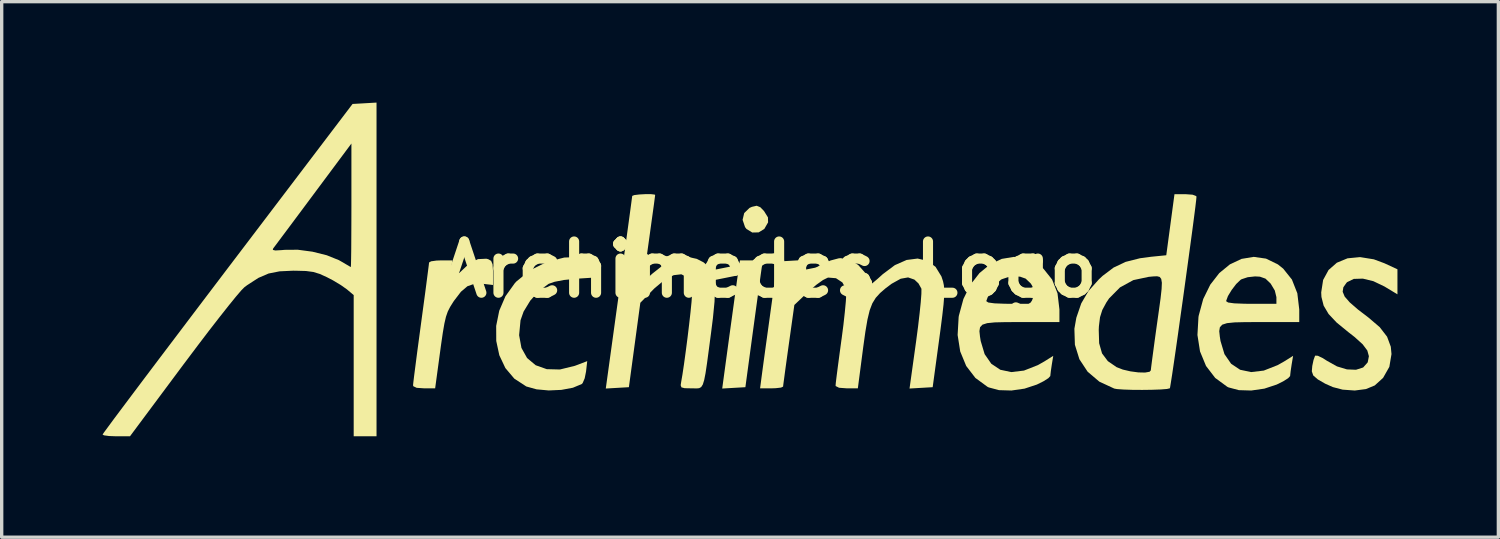
<source format=kicad_pcb>
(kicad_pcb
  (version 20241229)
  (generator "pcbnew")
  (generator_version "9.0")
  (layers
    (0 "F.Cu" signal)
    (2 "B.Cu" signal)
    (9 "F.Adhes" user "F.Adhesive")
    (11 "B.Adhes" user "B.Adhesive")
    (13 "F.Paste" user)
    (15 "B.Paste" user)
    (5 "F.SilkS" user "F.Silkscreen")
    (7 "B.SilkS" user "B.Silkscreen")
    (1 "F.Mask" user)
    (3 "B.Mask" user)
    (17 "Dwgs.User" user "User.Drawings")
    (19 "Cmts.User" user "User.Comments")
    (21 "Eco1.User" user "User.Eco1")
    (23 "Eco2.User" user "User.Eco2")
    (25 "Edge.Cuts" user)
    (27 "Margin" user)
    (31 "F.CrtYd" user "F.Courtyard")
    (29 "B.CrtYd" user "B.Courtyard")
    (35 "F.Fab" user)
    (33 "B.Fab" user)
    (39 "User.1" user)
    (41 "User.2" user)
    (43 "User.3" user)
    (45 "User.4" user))
  (footprint "Archimedes Logo"
    (layer "F.Cu")
    (at 19.827 4.965)
    (property "Reference" "Archimedes Logo" (at 0 0 0) (layer "F.SilkS") (effects (font (size 1.524 1.524) (thickness 0.3))))
    (attr board_only exclude_from_pos_files exclude_from_bom)
    (fp_poly (pts (xy -0.27 -1.854) (xy -0.16 -1.741) (xy -0.042 -1.551) (xy -0.038 -1.403) (xy -0.15 -1.208) (xy -0.319 -1.105) (xy -0.508 -1.101) (xy -0.679 -1.205) (xy -0.723 -1.262) (xy -0.796 -1.478) (xy -0.748 -1.68) (xy -0.591 -1.832) (xy -0.518 -1.865) (xy -0.377 -1.897)) (stroke (width 0) (type solid)) (fill yes) (layer "F.SilkS"))
    (fp_poly (pts (xy -0.238 0.017) (xy -0.259 0.166) (xy -0.295 0.427) (xy -0.343 0.776) (xy -0.4 1.19) (xy -0.462 1.645) (xy -0.497 1.902) (xy -0.713 3.498) (xy -1.402 3.538) (xy -1.183 1.928) (xy -1.118 1.457) (xy -1.057 1.015) (xy -1.004 0.625) (xy -0.96 0.31) (xy -0.929 0.093) (xy -0.919 0.023) (xy -0.875 -0.272) (xy -0.195 -0.272)) (stroke (width 0) (type solid)) (fill yes) (layer "F.SilkS"))
    (fp_poly (pts (xy -5.483 -0.365) (xy -5.155 -0.321) (xy -5.175 -0.042) (xy -5.195 0.238) (xy -5.773 0.275) (xy -6.107 0.31) (xy -6.387 0.364) (xy -6.563 0.425) (xy -6.849 0.634) (xy -7.11 0.925) (xy -7.308 1.25) (xy -7.399 1.508) (xy -7.441 1.952) (xy -7.372 2.33) (xy -7.204 2.631) (xy -6.949 2.845) (xy -6.62 2.962) (xy -6.229 2.972) (xy -5.788 2.864) (xy -5.765 2.856) (xy -5.416 2.723) (xy -5.451 3.034) (xy -5.491 3.233) (xy -5.551 3.374) (xy -5.579 3.404) (xy -5.841 3.514) (xy -6.184 3.578) (xy -6.56 3.595) (xy -6.922 3.562) (xy -7.223 3.478) (xy -7.233 3.473) (xy -7.584 3.244) (xy -7.85 2.929) (xy -8.03 2.548) (xy -8.121 2.123) (xy -8.123 1.675) (xy -8.032 1.224) (xy -7.847 0.793) (xy -7.567 0.403) (xy -7.518 0.351) (xy -7.106 0.017) (xy -6.622 -0.223) (xy -6.099 -0.357) (xy -5.572 -0.375)) (stroke (width 0) (type solid)) (fill yes) (layer "F.SilkS"))
    (fp_poly (pts (xy -8.355 -0.306) (xy -8.273 -0.258) (xy -8.231 -0.157) (xy -8.218 0.034) (xy -8.218 0.098) (xy -8.218 0.459) (xy -8.522 0.424) (xy -8.771 0.424) (xy -8.978 0.496) (xy -9.171 0.66) (xy -9.379 0.932) (xy -9.404 0.97) (xy -9.493 1.112) (xy -9.562 1.248) (xy -9.616 1.403) (xy -9.663 1.605) (xy -9.71 1.878) (xy -9.764 2.25) (xy -9.788 2.428) (xy -9.938 3.532) (xy -10.266 3.532) (xy -10.487 3.517) (xy -10.586 3.47) (xy -10.595 3.441) (xy -10.586 3.352) (xy -10.561 3.146) (xy -10.522 2.845) (xy -10.473 2.465) (xy -10.414 2.026) (xy -10.357 1.601) (xy -10.293 1.127) (xy -10.235 0.698) (xy -10.187 0.331) (xy -10.15 0.044) (xy -10.126 -0.142) (xy -10.119 -0.21) (xy -10.058 -0.245) (xy -9.901 -0.267) (xy -9.773 -0.272) (xy -9.427 -0.272) (xy -9.474 0.085) (xy -9.52 0.441) (xy -9.208 0.09) (xy -8.927 -0.175) (xy -8.665 -0.31) (xy -8.415 -0.322)) (stroke (width 0) (type solid)) (fill yes) (layer "F.SilkS"))
    (fp_poly (pts (xy 17.974 -0.304) (xy 18.286 -0.188) (xy 18.676 -0.008) (xy 18.676 0.737) (xy 18.29 0.504) (xy 17.96 0.346) (xy 17.647 0.27) (xy 17.378 0.278) (xy 17.181 0.374) (xy 17.159 0.396) (xy 17.067 0.528) (xy 17.047 0.66) (xy 17.107 0.804) (xy 17.258 0.977) (xy 17.507 1.193) (xy 17.81 1.424) (xy 18.149 1.713) (xy 18.368 1.997) (xy 18.478 2.294) (xy 18.499 2.513) (xy 18.435 2.893) (xy 18.249 3.221) (xy 18.001 3.446) (xy 17.74 3.554) (xy 17.407 3.597) (xy 17.046 3.571) (xy 16.755 3.495) (xy 16.528 3.394) (xy 16.318 3.273) (xy 16.301 3.261) (xy 16.172 3.149) (xy 16.13 3.027) (xy 16.143 2.868) (xy 16.181 2.688) (xy 16.224 2.57) (xy 16.232 2.559) (xy 16.31 2.564) (xy 16.458 2.635) (xy 16.58 2.713) (xy 16.879 2.88) (xy 17.175 2.969) (xy 17.443 2.98) (xy 17.656 2.912) (xy 17.788 2.764) (xy 17.794 2.749) (xy 17.827 2.577) (xy 17.78 2.407) (xy 17.642 2.223) (xy 17.401 2.005) (xy 17.22 1.864) (xy 16.869 1.577) (xy 16.628 1.321) (xy 16.482 1.074) (xy 16.416 0.815) (xy 16.409 0.679) (xy 16.466 0.31) (xy 16.627 0.014) (xy 16.874 -0.203) (xy 17.192 -0.334) (xy 17.564 -0.37)) (stroke (width 0) (type solid)) (fill yes) (layer "F.SilkS"))
    (fp_poly (pts (xy 7.637 -0.325) (xy 7.99 -0.153) (xy 8.148 -0.027) (xy 8.407 0.297) (xy 8.568 0.706) (xy 8.625 1.186) (xy 8.625 1.201) (xy 8.625 1.562) (xy 7.475 1.562) (xy 7.029 1.563) (xy 6.701 1.571) (xy 6.476 1.594) (xy 6.336 1.639) (xy 6.265 1.716) (xy 6.246 1.831) (xy 6.263 1.993) (xy 6.284 2.125) (xy 6.401 2.515) (xy 6.599 2.801) (xy 6.867 2.98) (xy 7.194 3.049) (xy 7.571 3.004) (xy 7.985 2.841) (xy 8.177 2.732) (xy 8.441 2.566) (xy 8.398 2.828) (xy 8.37 3.017) (xy 8.355 3.15) (xy 8.354 3.166) (xy 8.296 3.23) (xy 8.146 3.325) (xy 7.954 3.42) (xy 7.588 3.541) (xy 7.197 3.597) (xy 6.828 3.586) (xy 6.524 3.505) (xy 6.486 3.487) (xy 6.126 3.223) (xy 5.853 2.867) (xy 5.675 2.436) (xy 5.598 1.946) (xy 5.628 1.415) (xy 5.635 1.372) (xy 5.752 0.942) (xy 6.452 0.942) (xy 6.511 0.98) (xy 6.692 1.005) (xy 7 1.017) (xy 7.199 1.019) (xy 7.946 1.019) (xy 7.946 0.82) (xy 7.898 0.623) (xy 7.776 0.42) (xy 7.77 0.413) (xy 7.621 0.27) (xy 7.456 0.212) (xy 7.31 0.204) (xy 7.092 0.228) (xy 6.91 0.288) (xy 6.88 0.306) (xy 6.751 0.429) (xy 6.616 0.606) (xy 6.505 0.788) (xy 6.453 0.929) (xy 6.452 0.942) (xy 5.752 0.942) (xy 5.77 0.876) (xy 5.979 0.45) (xy 6.248 0.104) (xy 6.563 -0.154) (xy 6.909 -0.317) (xy 7.272 -0.377)) (stroke (width 0) (type solid)) (fill yes) (layer "F.SilkS"))
    (fp_poly (pts (xy 14.768 -0.325) (xy 15.121 -0.153) (xy 15.279 -0.027) (xy 15.538 0.297) (xy 15.699 0.706) (xy 15.756 1.186) (xy 15.756 1.201) (xy 15.756 1.562) (xy 14.606 1.562) (xy 14.16 1.563) (xy 13.832 1.571) (xy 13.607 1.594) (xy 13.467 1.639) (xy 13.396 1.716) (xy 13.377 1.831) (xy 13.394 1.993) (xy 13.415 2.125) (xy 13.532 2.515) (xy 13.73 2.801) (xy 13.998 2.98) (xy 14.326 3.049) (xy 14.702 3.004) (xy 15.116 2.841) (xy 15.308 2.732) (xy 15.573 2.566) (xy 15.529 2.828) (xy 15.501 3.017) (xy 15.486 3.15) (xy 15.485 3.166) (xy 15.427 3.23) (xy 15.277 3.325) (xy 15.085 3.42) (xy 14.719 3.541) (xy 14.328 3.597) (xy 13.959 3.586) (xy 13.655 3.505) (xy 13.617 3.487) (xy 13.257 3.223) (xy 12.984 2.867) (xy 12.806 2.436) (xy 12.729 1.946) (xy 12.759 1.415) (xy 12.766 1.372) (xy 12.883 0.942) (xy 13.583 0.942) (xy 13.642 0.98) (xy 13.823 1.005) (xy 14.131 1.017) (xy 14.33 1.019) (xy 15.077 1.019) (xy 15.077 0.82) (xy 15.029 0.623) (xy 14.907 0.42) (xy 14.901 0.413) (xy 14.752 0.27) (xy 14.587 0.212) (xy 14.441 0.204) (xy 14.223 0.228) (xy 14.041 0.288) (xy 14.011 0.306) (xy 13.882 0.429) (xy 13.747 0.606) (xy 13.636 0.788) (xy 13.584 0.929) (xy 13.583 0.942) (xy 12.883 0.942) (xy 12.901 0.876) (xy 13.11 0.45) (xy 13.379 0.104) (xy 13.694 -0.154) (xy 14.04 -0.317) (xy 14.403 -0.377)) (stroke (width 0) (type solid)) (fill yes) (layer "F.SilkS"))
    (fp_poly (pts (xy -3.519 -2.242) (xy -3.411 -2.229) (xy -3.396 -2.218) (xy -3.405 -2.147) (xy -3.429 -1.963) (xy -3.467 -1.687) (xy -3.515 -1.343) (xy -3.565 -0.979) (xy -3.62 -0.585) (xy -3.667 -0.238) (xy -3.704 0.041) (xy -3.728 0.229) (xy -3.735 0.302) (xy -3.692 0.297) (xy -3.581 0.214) (xy -3.481 0.123) (xy -3.124 -0.159) (xy -2.77 -0.328) (xy -2.434 -0.378) (xy -2.163 -0.319) (xy -1.961 -0.217) (xy -1.809 -0.092) (xy -1.703 0.071) (xy -1.64 0.29) (xy -1.617 0.58) (xy -1.631 0.958) (xy -1.678 1.441) (xy -1.733 1.876) (xy -1.801 2.391) (xy -1.854 2.787) (xy -1.898 3.081) (xy -1.938 3.286) (xy -1.979 3.418) (xy -2.027 3.494) (xy -2.088 3.528) (xy -2.167 3.535) (xy -2.269 3.532) (xy -2.32 3.532) (xy -2.52 3.528) (xy -2.615 3.503) (xy -2.637 3.439) (xy -2.623 3.345) (xy -2.584 3.119) (xy -2.537 2.805) (xy -2.486 2.432) (xy -2.434 2.032) (xy -2.386 1.634) (xy -2.345 1.27) (xy -2.315 0.97) (xy -2.3 0.765) (xy -2.299 0.725) (xy -2.336 0.421) (xy -2.445 0.227) (xy -2.618 0.141) (xy -2.844 0.167) (xy -3.112 0.304) (xy -3.412 0.554) (xy -3.459 0.601) (xy -3.837 0.988) (xy -4.007 2.243) (xy -4.177 3.498) (xy -4.52 3.518) (xy -4.864 3.538) (xy -4.472 0.699) (xy -4.389 0.094) (xy -4.312 -0.47) (xy -4.242 -0.978) (xy -4.182 -1.416) (xy -4.134 -1.769) (xy -4.1 -2.024) (xy -4.081 -2.166) (xy -4.078 -2.19) (xy -4.017 -2.214) (xy -3.871 -2.232) (xy -3.689 -2.242)) (stroke (width 0) (type solid)) (fill yes) (layer "F.SilkS"))
    (fp_poly (pts (xy -11.681 4.958) (xy -12.36 4.958) (xy -12.36 0.759) (xy -12.562 0.589) (xy -12.736 0.466) (xy -12.973 0.323) (xy -13.157 0.227) (xy -13.371 0.13) (xy -13.562 0.072) (xy -13.779 0.043) (xy -14.07 0.035) (xy -14.16 0.034) (xy -14.564 0.053) (xy -14.891 0.118) (xy -15.193 0.248) (xy -15.52 0.459) (xy -15.61 0.526) (xy -15.7 0.617) (xy -15.861 0.805) (xy -16.082 1.077) (xy -16.352 1.419) (xy -16.662 1.818) (xy -17 2.262) (xy -17.357 2.737) (xy -17.425 2.827) (xy -19.012 4.958) (xy -19.422 4.958) (xy -19.636 4.95) (xy -19.783 4.93) (xy -19.827 4.907) (xy -19.787 4.846) (xy -19.669 4.686) (xy -19.482 4.432) (xy -19.229 4.094) (xy -18.917 3.678) (xy -18.552 3.193) (xy -18.14 2.647) (xy -17.685 2.046) (xy -17.195 1.398) (xy -16.675 0.712) (xy -16.131 -0.005) (xy -16.109 -0.034) (xy -15.691 -0.584) (xy -14.765 -0.584) (xy -14.688 -0.567) (xy -14.503 -0.578) (xy -14.415 -0.586) (xy -14.022 -0.589) (xy -13.586 -0.531) (xy -13.161 -0.425) (xy -12.801 -0.28) (xy -12.734 -0.242) (xy -12.57 -0.146) (xy -12.464 -0.084) (xy -12.445 -0.074) (xy -12.441 -0.138) (xy -12.437 -0.319) (xy -12.433 -0.602) (xy -12.431 -0.968) (xy -12.429 -1.401) (xy -12.428 -1.883) (xy -12.428 -1.907) (xy -12.428 -3.747) (xy -13.558 -2.23) (xy -13.855 -1.831) (xy -14.128 -1.465) (xy -14.365 -1.147) (xy -14.556 -0.892) (xy -14.688 -0.715) (xy -14.752 -0.631) (xy -14.754 -0.628) (xy -14.765 -0.584) (xy -15.691 -0.584) (xy -12.394 -4.924) (xy -12.038 -4.944) (xy -11.681 -4.965)) (stroke (width 0) (type solid)) (fill yes) (layer "F.SilkS"))
    (fp_poly (pts (xy 12.583 -2.226) (xy 12.691 -2.185) (xy 12.7 -2.163) (xy 12.691 -2.064) (xy 12.666 -1.852) (xy 12.626 -1.542) (xy 12.575 -1.154) (xy 12.514 -0.702) (xy 12.446 -0.205) (xy 12.374 0.32) (xy 12.3 0.857) (xy 12.225 1.389) (xy 12.154 1.897) (xy 12.087 2.367) (xy 12.027 2.779) (xy 11.977 3.118) (xy 11.938 3.366) (xy 11.915 3.506) (xy 11.908 3.531) (xy 11.823 3.551) (xy 11.636 3.566) (xy 11.38 3.575) (xy 11.089 3.579) (xy 10.796 3.577) (xy 10.535 3.568) (xy 10.338 3.554) (xy 10.255 3.539) (xy 9.811 3.333) (xy 9.463 3.037) (xy 9.219 2.667) (xy 9.085 2.236) (xy 9.071 1.793) (xy 9.794 1.793) (xy 9.806 2.191) (xy 9.892 2.493) (xy 10.064 2.723) (xy 10.324 2.902) (xy 10.509 2.974) (xy 10.736 3.027) (xy 10.969 3.058) (xy 11.171 3.063) (xy 11.306 3.039) (xy 11.342 2.999) (xy 11.351 2.917) (xy 11.376 2.722) (xy 11.414 2.438) (xy 11.461 2.087) (xy 11.511 1.726) (xy 11.581 1.23) (xy 11.633 0.853) (xy 11.663 0.579) (xy 11.671 0.393) (xy 11.652 0.278) (xy 11.606 0.219) (xy 11.529 0.2) (xy 11.418 0.204) (xy 11.279 0.217) (xy 10.823 0.314) (xy 10.426 0.531) (xy 10.102 0.858) (xy 10.02 0.98) (xy 9.9 1.202) (xy 9.832 1.417) (xy 9.799 1.687) (xy 9.794 1.793) (xy 9.071 1.793) (xy 9.07 1.76) (xy 9.128 1.432) (xy 9.274 1.006) (xy 9.488 0.64) (xy 9.798 0.292) (xy 9.91 0.187) (xy 10.236 -0.059) (xy 10.593 -0.228) (xy 11.02 -0.336) (xy 11.351 -0.38) (xy 11.802 -0.425) (xy 11.924 -1.333) (xy 12.046 -2.241) (xy 12.373 -2.241)) (stroke (width 0) (type solid)) (fill yes) (layer "F.SilkS"))
    (fp_poly (pts (xy 2.396 -0.284) (xy 2.64 -0.138) (xy 2.825 0.07) (xy 2.916 0.309) (xy 2.92 0.37) (xy 2.931 0.446) (xy 2.973 0.461) (xy 3.066 0.405) (xy 3.227 0.269) (xy 3.373 0.137) (xy 3.731 -0.131) (xy 4.081 -0.285) (xy 4.409 -0.327) (xy 4.701 -0.258) (xy 4.941 -0.081) (xy 5.116 0.204) (xy 5.164 0.349) (xy 5.189 0.468) (xy 5.201 0.61) (xy 5.198 0.793) (xy 5.179 1.038) (xy 5.142 1.366) (xy 5.087 1.797) (xy 5.05 2.071) (xy 4.856 3.498) (xy 4.512 3.518) (xy 4.168 3.538) (xy 4.364 2.131) (xy 4.421 1.7) (xy 4.467 1.307) (xy 4.501 0.975) (xy 4.52 0.726) (xy 4.522 0.583) (xy 4.52 0.567) (xy 4.434 0.413) (xy 4.313 0.299) (xy 4.125 0.234) (xy 3.905 0.273) (xy 3.638 0.421) (xy 3.461 0.553) (xy 3.293 0.698) (xy 3.163 0.841) (xy 3.062 1.005) (xy 2.983 1.212) (xy 2.917 1.485) (xy 2.855 1.847) (xy 2.789 2.32) (xy 2.784 2.36) (xy 2.631 3.532) (xy 2.3 3.532) (xy 2.072 3.515) (xy 1.973 3.465) (xy 1.969 3.447) (xy 1.977 3.356) (xy 2.002 3.152) (xy 2.04 2.859) (xy 2.088 2.498) (xy 2.143 2.092) (xy 2.148 2.061) (xy 2.202 1.645) (xy 2.244 1.265) (xy 2.274 0.946) (xy 2.288 0.712) (xy 2.284 0.587) (xy 2.283 0.585) (xy 2.171 0.383) (xy 1.981 0.258) (xy 1.756 0.239) (xy 1.731 0.244) (xy 1.594 0.312) (xy 1.401 0.45) (xy 1.187 0.632) (xy 1.144 0.672) (xy 0.743 1.053) (xy 0.576 2.241) (xy 0.522 2.629) (xy 0.475 2.969) (xy 0.439 3.24) (xy 0.415 3.418) (xy 0.408 3.481) (xy 0.347 3.51) (xy 0.19 3.528) (xy 0.066 3.532) (xy -0.276 3.532) (xy -0.229 3.175) (xy -0.206 3.003) (xy -0.168 2.721) (xy -0.118 2.356) (xy -0.059 1.931) (xy 0.004 1.474) (xy 0.029 1.29) (xy 0.24 -0.238) (xy 0.93 -0.278) (xy 0.883 0.031) (xy 0.865 0.213) (xy 0.87 0.324) (xy 0.882 0.34) (xy 0.954 0.294) (xy 1.071 0.183) (xy 1.092 0.161) (xy 1.284 0.002) (xy 1.544 -0.149) (xy 1.821 -0.27) (xy 2.063 -0.334) (xy 2.126 -0.339)) (stroke (width 0) (type solid)) (fill yes) (layer "F.SilkS")))
  (gr_rect
    (start -3 -3)
    (end 41.504 12.923)
    (stroke (width 0.1) (type default))
    (fill no)
    (layer "Edge.Cuts")))
</source>
